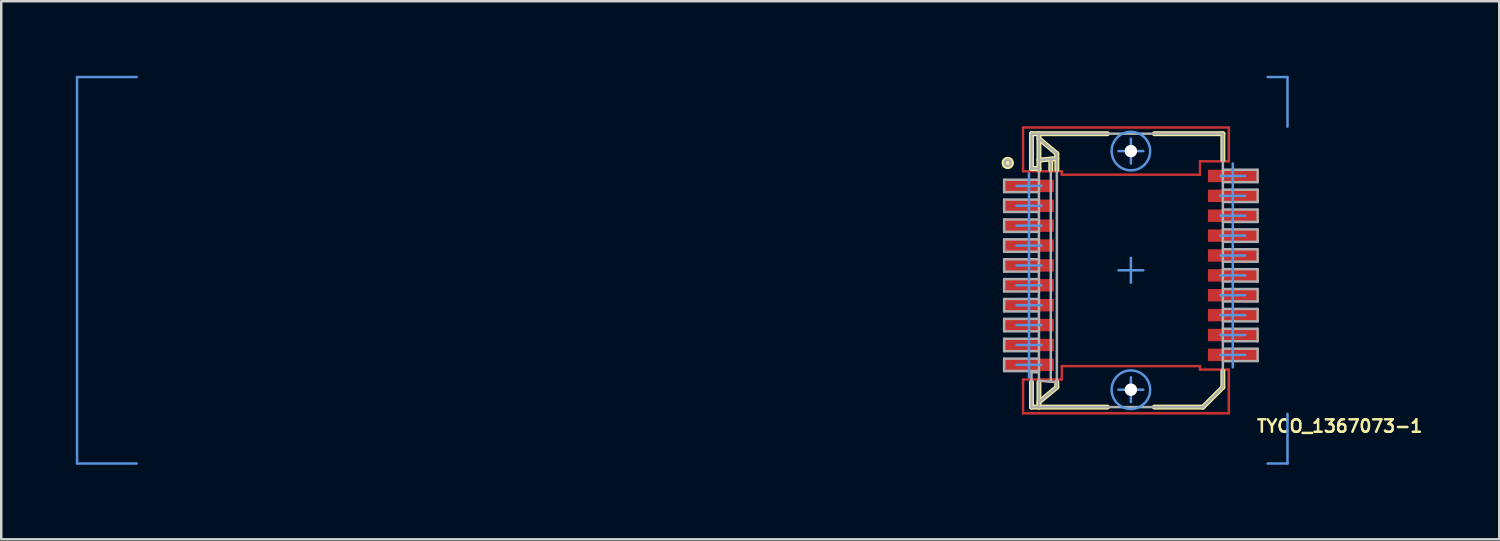
<source format=kicad_pcb>
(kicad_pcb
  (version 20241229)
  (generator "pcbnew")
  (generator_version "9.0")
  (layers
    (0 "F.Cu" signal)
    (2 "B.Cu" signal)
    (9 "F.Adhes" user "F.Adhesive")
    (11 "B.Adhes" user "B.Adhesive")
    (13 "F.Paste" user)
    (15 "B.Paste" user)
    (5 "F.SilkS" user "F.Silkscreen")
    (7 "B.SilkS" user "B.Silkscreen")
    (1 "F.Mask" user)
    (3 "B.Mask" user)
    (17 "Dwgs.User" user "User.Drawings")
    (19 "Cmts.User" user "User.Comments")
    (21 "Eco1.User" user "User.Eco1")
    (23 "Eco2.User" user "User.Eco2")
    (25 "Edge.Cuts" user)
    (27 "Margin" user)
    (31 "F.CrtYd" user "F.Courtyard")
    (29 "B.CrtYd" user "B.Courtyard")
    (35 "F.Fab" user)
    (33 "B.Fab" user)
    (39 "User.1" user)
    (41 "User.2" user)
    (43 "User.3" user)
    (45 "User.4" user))
  (footprint "TYCO_1367073-1"
    (layer "F.Cu")
    (at 42.45 7.824)
    (property "Reference" "TYCO_1367073-1" (at 8.4 6.27 0) (layer "F.SilkS") (effects (font (size 0.5 0.5) (thickness 0.1))))
    (attr smd)
    (fp_line (start -4.34 -5.745) (end 3.94 -5.745) (stroke (width 0.1) (type solid)) (layer "F.Cu"))
    (fp_line (start -4.34 -3.985) (end -4.34 -5.745) (stroke (width 0.1) (type solid)) (layer "F.Cu"))
    (fp_line (start -4.34 -3.985) (end -2.78 -3.985) (stroke (width 0.1) (type solid)) (layer "F.Cu"))
    (fp_line (start -4.34 4.395) (end -2.78 4.395) (stroke (width 0.1) (type solid)) (layer "F.Cu"))
    (fp_line (start -4.34 5.755) (end -4.34 4.395) (stroke (width 0.1) (type solid)) (layer "F.Cu"))
    (fp_line (start -4.34 5.755) (end 3.94 5.755) (stroke (width 0.1) (type solid)) (layer "F.Cu"))
    (fp_line (start -2.78 -3.845) (end -2.78 -3.985) (stroke (width 0.1) (type solid)) (layer "F.Cu"))
    (fp_line (start -2.78 -3.845) (end 2.78 -3.845) (stroke (width 0.1) (type solid)) (layer "F.Cu"))
    (fp_line (start -2.78 3.855) (end 2.78 3.855) (stroke (width 0.1) (type solid)) (layer "F.Cu"))
    (fp_line (start -2.78 4.395) (end -2.78 3.855) (stroke (width 0.1) (type solid)) (layer "F.Cu"))
    (fp_line (start 2.78 -4.385) (end 3.94 -4.385) (stroke (width 0.1) (type solid)) (layer "F.Cu"))
    (fp_line (start 2.78 -3.845) (end 2.78 -4.385) (stroke (width 0.1) (type solid)) (layer "F.Cu"))
    (fp_line (start 2.78 3.995) (end 2.78 3.855) (stroke (width 0.1) (type solid)) (layer "F.Cu"))
    (fp_line (start 2.78 3.995) (end 3.94 3.995) (stroke (width 0.1) (type solid)) (layer "F.Cu"))
    (fp_line (start 3.94 -4.385) (end 3.94 -5.745) (stroke (width 0.1) (type solid)) (layer "F.Cu"))
    (fp_line (start 3.94 4.805) (end 3.94 3.995) (stroke (width 0.1) (type solid)) (layer "F.Cu"))
    (fp_line (start 3.94 5.755) (end 3.94 4.805) (stroke (width 0.1) (type solid)) (layer "F.Cu"))
    (fp_line (start -4 -5.495) (end -0.944 -5.495) (stroke (width 0.2) (type solid)) (layer "F.SilkS"))
    (fp_line (start -4 -4.095) (end -4 -5.495) (stroke (width 0.2) (type solid)) (layer "F.SilkS"))
    (fp_line (start -4 -4.095) (end -3.7 -4.095) (stroke (width 0.2) (type solid)) (layer "F.SilkS"))
    (fp_line (start -4 5.505) (end -4 4.505) (stroke (width 0.2) (type solid)) (layer "F.SilkS"))
    (fp_line (start -4 5.505) (end -0.944 5.505) (stroke (width 0.2) (type solid)) (layer "F.SilkS"))
    (fp_line (start -3.7 -5.295) (end -2.98 -4.695) (stroke (width 0.2) (type solid)) (layer "F.SilkS"))
    (fp_line (start -3.7 -4.432) (end -2.98 -4.495) (stroke (width 0.2) (type solid)) (layer "F.SilkS"))
    (fp_line (start -3.7 -4.045) (end -3.7 -5.495) (stroke (width 0.2) (type solid)) (layer "F.SilkS"))
    (fp_line (start -3.7 5.305) (end -2.98 4.705) (stroke (width 0.2) (type solid)) (layer "F.SilkS"))
    (fp_line (start -3.7 5.505) (end -3.7 4.505) (stroke (width 0.2) (type solid)) (layer "F.SilkS"))
    (fp_line (start -3.223 -4.045) (end -3.223 -4.474) (stroke (width 0.2) (type solid)) (layer "F.SilkS"))
    (fp_line (start -2.98 -4.045) (end -2.98 -4.695) (stroke (width 0.2) (type solid)) (layer "F.SilkS"))
    (fp_line (start -2.98 4.705) (end -2.98 4.505) (stroke (width 0.2) (type solid)) (layer "F.SilkS"))
    (fp_line (start 0.944 -5.495) (end 3.7 -5.495) (stroke (width 0.2) (type solid)) (layer "F.SilkS"))
    (fp_line (start 0.944 5.505) (end 2.9 5.505) (stroke (width 0.2) (type solid)) (layer "F.SilkS"))
    (fp_line (start 2.9 5.505) (end 3.7 4.705) (stroke (width 0.2) (type solid)) (layer "F.SilkS"))
    (fp_line (start 3.7 -4.445) (end 3.7 -5.495) (stroke (width 0.2) (type solid)) (layer "F.SilkS"))
    (fp_line (start 3.7 4.705) (end 3.7 4.055) (stroke (width 0.2) (type solid)) (layer "F.SilkS"))
    (fp_circle (center -4.955 -4.318) (end -4.83 -4.318) (stroke (width 0.25) (type solid)) (fill no) (layer "F.SilkS"))
    (fp_line (start -42.4 -7.774) (end -40 -7.774) (stroke (width 0.1) (type solid)) (layer "Cmts.User"))
    (fp_line (start -42.4 7.774) (end -42.4 -7.774) (stroke (width 0.1) (type solid)) (layer "Cmts.User"))
    (fp_line (start -42.4 7.774) (end -40 7.774) (stroke (width 0.1) (type solid)) (layer "Cmts.User"))
    (fp_line (start -4.6 -3.395) (end -4.1 -3.395) (stroke (width 0.1) (type solid)) (layer "Cmts.User"))
    (fp_line (start -4.6 -2.595) (end -4.1 -2.595) (stroke (width 0.1) (type solid)) (layer "Cmts.User"))
    (fp_line (start -4.6 -1.795) (end -4.1 -1.795) (stroke (width 0.1) (type solid)) (layer "Cmts.User"))
    (fp_line (start -4.6 -0.995) (end -4.1 -0.995) (stroke (width 0.1) (type solid)) (layer "Cmts.User"))
    (fp_line (start -4.6 -0.195) (end -4.1 -0.195) (stroke (width 0.1) (type solid)) (layer "Cmts.User"))
    (fp_line (start -4.6 0.605) (end -4.1 0.605) (stroke (width 0.1) (type solid)) (layer "Cmts.User"))
    (fp_line (start -4.6 1.405) (end -4.1 1.405) (stroke (width 0.1) (type solid)) (layer "Cmts.User"))
    (fp_line (start -4.6 2.205) (end -4.1 2.205) (stroke (width 0.1) (type solid)) (layer "Cmts.User"))
    (fp_line (start -4.6 3.005) (end -4.1 3.005) (stroke (width 0.1) (type solid)) (layer "Cmts.User"))
    (fp_line (start -4.6 3.805) (end -4.1 3.805) (stroke (width 0.1) (type solid)) (layer "Cmts.User"))
    (fp_line (start -4.1 -3.395) (end -3.6 -3.395) (stroke (width 0.1) (type solid)) (layer "Cmts.User"))
    (fp_line (start -4.1 -2.595) (end -3.6 -2.595) (stroke (width 0.1) (type solid)) (layer "Cmts.User"))
    (fp_line (start -4.1 -1.795) (end -3.6 -1.795) (stroke (width 0.1) (type solid)) (layer "Cmts.User"))
    (fp_line (start -4.1 -0.995) (end -3.6 -0.995) (stroke (width 0.1) (type solid)) (layer "Cmts.User"))
    (fp_line (start -4.1 -0.195) (end -3.6 -0.195) (stroke (width 0.1) (type solid)) (layer "Cmts.User"))
    (fp_line (start -4.1 0.605) (end -3.6 0.605) (stroke (width 0.1) (type solid)) (layer "Cmts.User"))
    (fp_line (start -4.1 1.405) (end -3.6 1.405) (stroke (width 0.1) (type solid)) (layer "Cmts.User"))
    (fp_line (start -4.1 2.205) (end -3.6 2.205) (stroke (width 0.1) (type solid)) (layer "Cmts.User"))
    (fp_line (start -4.1 3.005) (end -3.6 3.005) (stroke (width 0.1) (type solid)) (layer "Cmts.User"))
    (fp_line (start -4.1 3.805) (end -3.6 3.805) (stroke (width 0.1) (type solid)) (layer "Cmts.User"))
    (fp_line (start -4.1 4.305) (end -4.1 -3.895) (stroke (width 0.1) (type solid)) (layer "Cmts.User"))
    (fp_line (start -0.5 -4.795) (end 0 -4.795) (stroke (width 0.1) (type solid)) (layer "Cmts.User"))
    (fp_line (start -0.5 0) (end 0 0) (stroke (width 0.1) (type solid)) (layer "Cmts.User"))
    (fp_line (start -0.5 4.805) (end 0 4.805) (stroke (width 0.1) (type solid)) (layer "Cmts.User"))
    (fp_line (start 0 -4.795) (end 0 -5.295) (stroke (width 0.1) (type solid)) (layer "Cmts.User"))
    (fp_line (start 0 -4.795) (end 0.5 -4.795) (stroke (width 0.1) (type solid)) (layer "Cmts.User"))
    (fp_line (start 0 -4.295) (end 0 -4.795) (stroke (width 0.1) (type solid)) (layer "Cmts.User"))
    (fp_line (start 0 0) (end 0 -0.5) (stroke (width 0.1) (type solid)) (layer "Cmts.User"))
    (fp_line (start 0 0) (end 0.5 0) (stroke (width 0.1) (type solid)) (layer "Cmts.User"))
    (fp_line (start 0 0.5) (end 0 0) (stroke (width 0.1) (type solid)) (layer "Cmts.User"))
    (fp_line (start 0 4.805) (end 0 4.305) (stroke (width 0.1) (type solid)) (layer "Cmts.User"))
    (fp_line (start 0 4.805) (end 0.5 4.805) (stroke (width 0.1) (type solid)) (layer "Cmts.User"))
    (fp_line (start 0 5.305) (end 0 4.805) (stroke (width 0.1) (type solid)) (layer "Cmts.User"))
    (fp_line (start 3.6 -3.795) (end 4.1 -3.795) (stroke (width 0.1) (type solid)) (layer "Cmts.User"))
    (fp_line (start 3.6 -2.995) (end 4.1 -2.995) (stroke (width 0.1) (type solid)) (layer "Cmts.User"))
    (fp_line (start 3.6 -2.195) (end 4.1 -2.195) (stroke (width 0.1) (type solid)) (layer "Cmts.User"))
    (fp_line (start 3.6 -1.395) (end 4.1 -1.395) (stroke (width 0.1) (type solid)) (layer "Cmts.User"))
    (fp_line (start 3.6 -0.595) (end 4.1 -0.595) (stroke (width 0.1) (type solid)) (layer "Cmts.User"))
    (fp_line (start 3.6 0.205) (end 4.1 0.205) (stroke (width 0.1) (type solid)) (layer "Cmts.User"))
    (fp_line (start 3.6 1.005) (end 4.1 1.005) (stroke (width 0.1) (type solid)) (layer "Cmts.User"))
    (fp_line (start 3.6 1.805) (end 4.1 1.805) (stroke (width 0.1) (type solid)) (layer "Cmts.User"))
    (fp_line (start 3.6 2.605) (end 4.1 2.605) (stroke (width 0.1) (type solid)) (layer "Cmts.User"))
    (fp_line (start 3.6 3.405) (end 4.1 3.405) (stroke (width 0.1) (type solid)) (layer "Cmts.User"))
    (fp_line (start 4.1 -3.795) (end 4.6 -3.795) (stroke (width 0.1) (type solid)) (layer "Cmts.User"))
    (fp_line (start 4.1 -2.995) (end 4.6 -2.995) (stroke (width 0.1) (type solid)) (layer "Cmts.User"))
    (fp_line (start 4.1 -2.195) (end 4.6 -2.195) (stroke (width 0.1) (type solid)) (layer "Cmts.User"))
    (fp_line (start 4.1 -1.395) (end 4.6 -1.395) (stroke (width 0.1) (type solid)) (layer "Cmts.User"))
    (fp_line (start 4.1 -0.595) (end 4.6 -0.595) (stroke (width 0.1) (type solid)) (layer "Cmts.User"))
    (fp_line (start 4.1 0.205) (end 4.6 0.205) (stroke (width 0.1) (type solid)) (layer "Cmts.User"))
    (fp_line (start 4.1 1.005) (end 4.6 1.005) (stroke (width 0.1) (type solid)) (layer "Cmts.User"))
    (fp_line (start 4.1 1.805) (end 4.6 1.805) (stroke (width 0.1) (type solid)) (layer "Cmts.User"))
    (fp_line (start 4.1 2.605) (end 4.6 2.605) (stroke (width 0.1) (type solid)) (layer "Cmts.User"))
    (fp_line (start 4.1 3.405) (end 4.6 3.405) (stroke (width 0.1) (type solid)) (layer "Cmts.User"))
    (fp_line (start 4.1 3.905) (end 4.1 -4.295) (stroke (width 0.1) (type solid)) (layer "Cmts.User"))
    (fp_line (start 5.5 -7.774) (end 6.3 -7.774) (stroke (width 0.1) (type solid)) (layer "Cmts.User"))
    (fp_line (start 5.5 7.774) (end 6.3 7.774) (stroke (width 0.1) (type solid)) (layer "Cmts.User"))
    (fp_line (start 6.3 -5.777) (end 6.3 -7.774) (stroke (width 0.1) (type solid)) (layer "Cmts.User"))
    (fp_line (start 6.3 7.774) (end 6.3 5.777) (stroke (width 0.1) (type solid)) (layer "Cmts.User"))
    (fp_circle (center 0 -4.795) (end 0.775 -4.795) (stroke (width 0.1) (type solid)) (fill no) (layer "Cmts.User"))
    (fp_circle (center 0 4.805) (end 0.775 4.805) (stroke (width 0.1) (type solid)) (fill no) (layer "Cmts.User"))
    (fp_line (start -5.1 -3.645) (end -3.7 -3.645) (stroke (width 0.1) (type solid)) (layer "F.Fab"))
    (fp_line (start -5.1 -3.145) (end -5.1 -3.645) (stroke (width 0.1) (type solid)) (layer "F.Fab"))
    (fp_line (start -5.1 -3.145) (end -3.7 -3.145) (stroke (width 0.1) (type solid)) (layer "F.Fab"))
    (fp_line (start -5.1 -2.845) (end -3.7 -2.845) (stroke (width 0.1) (type solid)) (layer "F.Fab"))
    (fp_line (start -5.1 -2.345) (end -5.1 -2.845) (stroke (width 0.1) (type solid)) (layer "F.Fab"))
    (fp_line (start -5.1 -2.345) (end -3.7 -2.345) (stroke (width 0.1) (type solid)) (layer "F.Fab"))
    (fp_line (start -5.1 -2.045) (end -3.7 -2.045) (stroke (width 0.1) (type solid)) (layer "F.Fab"))
    (fp_line (start -5.1 -1.545) (end -5.1 -2.045) (stroke (width 0.1) (type solid)) (layer "F.Fab"))
    (fp_line (start -5.1 -1.545) (end -3.7 -1.545) (stroke (width 0.1) (type solid)) (layer "F.Fab"))
    (fp_line (start -5.1 -1.245) (end -3.7 -1.245) (stroke (width 0.1) (type solid)) (layer "F.Fab"))
    (fp_line (start -5.1 -0.745) (end -5.1 -1.245) (stroke (width 0.1) (type solid)) (layer "F.Fab"))
    (fp_line (start -5.1 -0.745) (end -3.7 -0.745) (stroke (width 0.1) (type solid)) (layer "F.Fab"))
    (fp_line (start -5.1 -0.445) (end -3.7 -0.445) (stroke (width 0.1) (type solid)) (layer "F.Fab"))
    (fp_line (start -5.1 0.055) (end -5.1 -0.445) (stroke (width 0.1) (type solid)) (layer "F.Fab"))
    (fp_line (start -5.1 0.055) (end -3.7 0.055) (stroke (width 0.1) (type solid)) (layer "F.Fab"))
    (fp_line (start -5.1 0.355) (end -3.7 0.355) (stroke (width 0.1) (type solid)) (layer "F.Fab"))
    (fp_line (start -5.1 0.855) (end -5.1 0.355) (stroke (width 0.1) (type solid)) (layer "F.Fab"))
    (fp_line (start -5.1 0.855) (end -3.7 0.855) (stroke (width 0.1) (type solid)) (layer "F.Fab"))
    (fp_line (start -5.1 1.155) (end -3.7 1.155) (stroke (width 0.1) (type solid)) (layer "F.Fab"))
    (fp_line (start -5.1 1.655) (end -5.1 1.155) (stroke (width 0.1) (type solid)) (layer "F.Fab"))
    (fp_line (start -5.1 1.655) (end -3.7 1.655) (stroke (width 0.1) (type solid)) (layer "F.Fab"))
    (fp_line (start -5.1 1.955) (end -3.7 1.955) (stroke (width 0.1) (type solid)) (layer "F.Fab"))
    (fp_line (start -5.1 2.455) (end -5.1 1.955) (stroke (width 0.1) (type solid)) (layer "F.Fab"))
    (fp_line (start -5.1 2.455) (end -3.7 2.455) (stroke (width 0.1) (type solid)) (layer "F.Fab"))
    (fp_line (start -5.1 2.755) (end -3.7 2.755) (stroke (width 0.1) (type solid)) (layer "F.Fab"))
    (fp_line (start -5.1 3.255) (end -5.1 2.755) (stroke (width 0.1) (type solid)) (layer "F.Fab"))
    (fp_line (start -5.1 3.255) (end -3.7 3.255) (stroke (width 0.1) (type solid)) (layer "F.Fab"))
    (fp_line (start -5.1 3.555) (end -3.7 3.555) (stroke (width 0.1) (type solid)) (layer "F.Fab"))
    (fp_line (start -5.1 4.055) (end -5.1 3.555) (stroke (width 0.1) (type solid)) (layer "F.Fab"))
    (fp_line (start -5.1 4.055) (end -3.7 4.055) (stroke (width 0.1) (type solid)) (layer "F.Fab"))
    (fp_line (start -4 -5.495) (end 3.7 -5.495) (stroke (width 0.1) (type solid)) (layer "F.Fab"))
    (fp_line (start -4 -4.095) (end -4 -5.495) (stroke (width 0.1) (type solid)) (layer "F.Fab"))
    (fp_line (start -4 -4.095) (end -3.7 -4.095) (stroke (width 0.1) (type solid)) (layer "F.Fab"))
    (fp_line (start -4 4.105) (end -3.7 4.105) (stroke (width 0.1) (type solid)) (layer "F.Fab"))
    (fp_line (start -4 5.505) (end -4 4.105) (stroke (width 0.1) (type solid)) (layer "F.Fab"))
    (fp_line (start -4 5.505) (end 2.9 5.505) (stroke (width 0.1) (type solid)) (layer "F.Fab"))
    (fp_line (start -3.7 -5.295) (end -2.985 -4.695) (stroke (width 0.1) (type solid)) (layer "F.Fab"))
    (fp_line (start -3.7 -4.432) (end -2.98 -4.495) (stroke (width 0.1) (type solid)) (layer "F.Fab"))
    (fp_line (start -3.7 -4.095) (end -3.7 -5.495) (stroke (width 0.1) (type solid)) (layer "F.Fab"))
    (fp_line (start -3.7 4.105) (end -3.7 -4.095) (stroke (width 0.1) (type solid)) (layer "F.Fab"))
    (fp_line (start -3.7 4.442) (end -2.98 4.505) (stroke (width 0.1) (type solid)) (layer "F.Fab"))
    (fp_line (start -3.7 5.305) (end -2.98 4.705) (stroke (width 0.1) (type solid)) (layer "F.Fab"))
    (fp_line (start -3.7 5.505) (end -3.7 4.105) (stroke (width 0.1) (type solid)) (layer "F.Fab"))
    (fp_line (start -3.223 4.484) (end -3.223 -4.474) (stroke (width 0.1) (type solid)) (layer "F.Fab"))
    (fp_line (start -2.985 -4.695) (end -2.98 -4.695) (stroke (width 0.1) (type solid)) (layer "F.Fab"))
    (fp_line (start -2.98 -4.495) (end -2.98 -4.695) (stroke (width 0.1) (type solid)) (layer "F.Fab"))
    (fp_line (start -2.98 4.505) (end -2.98 -4.495) (stroke (width 0.1) (type solid)) (layer "F.Fab"))
    (fp_line (start -2.98 4.705) (end -2.98 4.505) (stroke (width 0.1) (type solid)) (layer "F.Fab"))
    (fp_line (start 2.9 5.505) (end 3.7 4.705) (stroke (width 0.1) (type solid)) (layer "F.Fab"))
    (fp_line (start 3.7 -4.045) (end 5.1 -4.045) (stroke (width 0.1) (type solid)) (layer "F.Fab"))
    (fp_line (start 3.7 -3.545) (end 5.1 -3.545) (stroke (width 0.1) (type solid)) (layer "F.Fab"))
    (fp_line (start 3.7 -3.245) (end 5.1 -3.245) (stroke (width 0.1) (type solid)) (layer "F.Fab"))
    (fp_line (start 3.7 -2.745) (end 5.1 -2.745) (stroke (width 0.1) (type solid)) (layer "F.Fab"))
    (fp_line (start 3.7 -2.445) (end 5.1 -2.445) (stroke (width 0.1) (type solid)) (layer "F.Fab"))
    (fp_line (start 3.7 -1.945) (end 5.1 -1.945) (stroke (width 0.1) (type solid)) (layer "F.Fab"))
    (fp_line (start 3.7 -1.645) (end 5.1 -1.645) (stroke (width 0.1) (type solid)) (layer "F.Fab"))
    (fp_line (start 3.7 -1.145) (end 5.1 -1.145) (stroke (width 0.1) (type solid)) (layer "F.Fab"))
    (fp_line (start 3.7 -0.845) (end 5.1 -0.845) (stroke (width 0.1) (type solid)) (layer "F.Fab"))
    (fp_line (start 3.7 -0.345) (end 5.1 -0.345) (stroke (width 0.1) (type solid)) (layer "F.Fab"))
    (fp_line (start 3.7 -0.045) (end 5.1 -0.045) (stroke (width 0.1) (type solid)) (layer "F.Fab"))
    (fp_line (start 3.7 0.455) (end 5.1 0.455) (stroke (width 0.1) (type solid)) (layer "F.Fab"))
    (fp_line (start 3.7 0.755) (end 5.1 0.755) (stroke (width 0.1) (type solid)) (layer "F.Fab"))
    (fp_line (start 3.7 1.255) (end 5.1 1.255) (stroke (width 0.1) (type solid)) (layer "F.Fab"))
    (fp_line (start 3.7 1.555) (end 5.1 1.555) (stroke (width 0.1) (type solid)) (layer "F.Fab"))
    (fp_line (start 3.7 2.055) (end 5.1 2.055) (stroke (width 0.1) (type solid)) (layer "F.Fab"))
    (fp_line (start 3.7 2.355) (end 5.1 2.355) (stroke (width 0.1) (type solid)) (layer "F.Fab"))
    (fp_line (start 3.7 2.855) (end 5.1 2.855) (stroke (width 0.1) (type solid)) (layer "F.Fab"))
    (fp_line (start 3.7 3.155) (end 5.1 3.155) (stroke (width 0.1) (type solid)) (layer "F.Fab"))
    (fp_line (start 3.7 3.655) (end 5.1 3.655) (stroke (width 0.1) (type solid)) (layer "F.Fab"))
    (fp_line (start 3.7 4.705) (end 3.7 -5.495) (stroke (width 0.1) (type solid)) (layer "F.Fab"))
    (fp_line (start 5.1 -3.545) (end 5.1 -4.045) (stroke (width 0.1) (type solid)) (layer "F.Fab"))
    (fp_line (start 5.1 -2.745) (end 5.1 -3.245) (stroke (width 0.1) (type solid)) (layer "F.Fab"))
    (fp_line (start 5.1 -1.945) (end 5.1 -2.445) (stroke (width 0.1) (type solid)) (layer "F.Fab"))
    (fp_line (start 5.1 -1.145) (end 5.1 -1.645) (stroke (width 0.1) (type solid)) (layer "F.Fab"))
    (fp_line (start 5.1 -0.345) (end 5.1 -0.845) (stroke (width 0.1) (type solid)) (layer "F.Fab"))
    (fp_line (start 5.1 0.455) (end 5.1 -0.045) (stroke (width 0.1) (type solid)) (layer "F.Fab"))
    (fp_line (start 5.1 1.255) (end 5.1 0.755) (stroke (width 0.1) (type solid)) (layer "F.Fab"))
    (fp_line (start 5.1 2.055) (end 5.1 1.555) (stroke (width 0.1) (type solid)) (layer "F.Fab"))
    (fp_line (start 5.1 2.855) (end 5.1 2.355) (stroke (width 0.1) (type solid)) (layer "F.Fab"))
    (fp_line (start 5.1 3.655) (end 5.1 3.155) (stroke (width 0.1) (type solid)) (layer "F.Fab"))
    (fp_circle (center -4.955 -4.318) (end -4.83 -4.318) (stroke (width 0.1) (type solid)) (fill no) (layer "F.Fab"))
    (pad "" np_thru_hole circle (at 0 -4.795 180) (size 0.5 0.5) (drill 1.55) (layers "*.Cu" "*.Mask"))
    (pad "" np_thru_hole circle (at 0 4.805 180) (size 0.5 0.5) (drill 1.55) (layers "*.Cu" "*.Mask"))
    (pad "1" smd rect (at -4.1 -3.395) (size 2 0.5) (layers "F.Cu" "F.Mask" "F.Paste"))
    (pad "2" smd rect (at -4.1 -2.595) (size 2 0.5) (layers "F.Cu" "F.Mask" "F.Paste"))
    (pad "3" smd rect (at -4.1 -1.795) (size 2 0.5) (layers "F.Cu" "F.Mask" "F.Paste"))
    (pad "4" smd rect (at -4.1 -0.995) (size 2 0.5) (layers "F.Cu" "F.Mask" "F.Paste"))
    (pad "5" smd rect (at -4.1 -0.195) (size 2 0.5) (layers "F.Cu" "F.Mask" "F.Paste"))
    (pad "6" smd rect (at -4.1 0.605) (size 2 0.5) (layers "F.Cu" "F.Mask" "F.Paste"))
    (pad "7" smd rect (at -4.1 1.405) (size 2 0.5) (layers "F.Cu" "F.Mask" "F.Paste"))
    (pad "8" smd rect (at -4.1 2.205) (size 2 0.5) (layers "F.Cu" "F.Mask" "F.Paste"))
    (pad "9" smd rect (at -4.1 3.005) (size 2 0.5) (layers "F.Cu" "F.Mask" "F.Paste"))
    (pad "10" smd rect (at -4.1 3.805) (size 2 0.5) (layers "F.Cu" "F.Mask" "F.Paste"))
    (pad "11" smd rect (at 4.1 3.405 180) (size 2 0.5) (layers "F.Cu" "F.Mask" "F.Paste"))
    (pad "12" smd rect (at 4.1 2.605 180) (size 2 0.5) (layers "F.Cu" "F.Mask" "F.Paste"))
    (pad "13" smd rect (at 4.1 1.805 180) (size 2 0.5) (layers "F.Cu" "F.Mask" "F.Paste"))
    (pad "14" smd rect (at 4.1 1.005 180) (size 2 0.5) (layers "F.Cu" "F.Mask" "F.Paste"))
    (pad "15" smd rect (at 4.1 0.205 180) (size 2 0.5) (layers "F.Cu" "F.Mask" "F.Paste"))
    (pad "16" smd rect (at 4.1 -0.595 180) (size 2 0.5) (layers "F.Cu" "F.Mask" "F.Paste"))
    (pad "17" smd rect (at 4.1 -1.395 180) (size 2 0.5) (layers "F.Cu" "F.Mask" "F.Paste"))
    (pad "18" smd rect (at 4.1 -2.195 180) (size 2 0.5) (layers "F.Cu" "F.Mask" "F.Paste"))
    (pad "19" smd rect (at 4.1 -2.995 180) (size 2 0.5) (layers "F.Cu" "F.Mask" "F.Paste"))
    (pad "20" smd rect (at 4.1 -3.795 180) (size 2 0.5) (layers "F.Cu" "F.Mask" "F.Paste")))
  (gr_rect
    (start -3 -3)
    (end 57.271 18.648)
    (stroke (width 0.1) (type default))
    (fill no)
    (layer "Edge.Cuts")))
</source>
